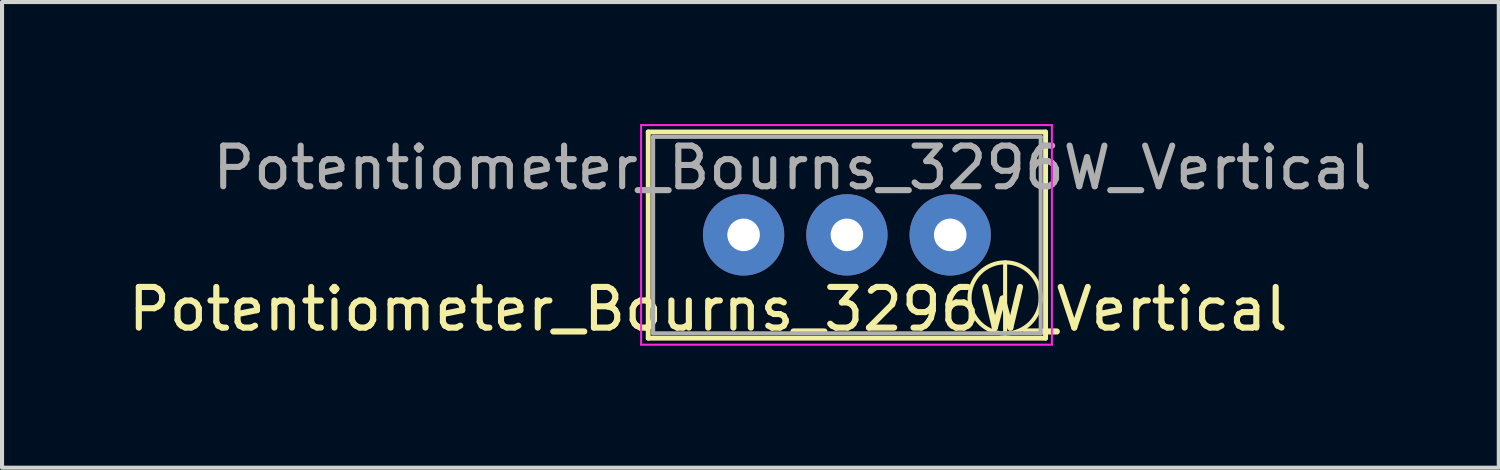
<source format=kicad_pcb>
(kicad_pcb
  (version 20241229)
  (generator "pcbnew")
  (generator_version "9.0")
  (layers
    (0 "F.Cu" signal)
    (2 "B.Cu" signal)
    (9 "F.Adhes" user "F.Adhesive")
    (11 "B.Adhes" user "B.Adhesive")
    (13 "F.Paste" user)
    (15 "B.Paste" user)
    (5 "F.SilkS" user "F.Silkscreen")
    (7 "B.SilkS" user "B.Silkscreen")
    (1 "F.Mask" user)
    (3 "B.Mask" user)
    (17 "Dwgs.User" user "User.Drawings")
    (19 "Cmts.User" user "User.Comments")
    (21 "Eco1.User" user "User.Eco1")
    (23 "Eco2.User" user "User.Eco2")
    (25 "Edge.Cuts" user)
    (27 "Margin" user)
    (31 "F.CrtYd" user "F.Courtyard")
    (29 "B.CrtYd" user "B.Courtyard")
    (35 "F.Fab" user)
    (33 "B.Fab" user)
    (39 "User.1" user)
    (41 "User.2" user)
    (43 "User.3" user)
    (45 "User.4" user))
  (footprint "Potentiometer_Bourns_3296W_Vertical"
    (layer "F.Cu")
    (at 20.313 2.725)
    (property "Reference" "Potentiometer_Bourns_3296W_Vertical" (at -5.95 1.825 0) (layer "F.SilkS") (effects (font (size 1 1) (thickness 0.15))))
    (attr through_hole)
    (fp_line (start -7.425 -2.53) (end -7.425 2.54) (stroke (width 0.12) (type solid)) (layer "F.SilkS"))
    (fp_line (start -7.425 -2.53) (end 2.345 -2.53) (stroke (width 0.12) (type solid)) (layer "F.SilkS"))
    (fp_line (start -7.425 2.54) (end 2.345 2.54) (stroke (width 0.12) (type solid)) (layer "F.SilkS"))
    (fp_line (start 1.35 2.425) (end 1.35 0.675) (stroke (width 0.1) (type solid)) (layer "F.SilkS"))
    (fp_line (start 2.345 -2.53) (end 2.345 2.54) (stroke (width 0.12) (type solid)) (layer "F.SilkS"))
    (fp_circle (center 1.35 1.55) (end 2.225 1.55) (stroke (width 0.1) (type solid)) (fill no) (layer "F.SilkS"))
    (fp_line (start -7.6 -2.7) (end -7.6 2.7) (stroke (width 0.05) (type solid)) (layer "F.CrtYd"))
    (fp_line (start -7.6 2.7) (end 2.5 2.7) (stroke (width 0.05) (type solid)) (layer "F.CrtYd"))
    (fp_line (start 2.5 -2.7) (end -7.6 -2.7) (stroke (width 0.05) (type solid)) (layer "F.CrtYd"))
    (fp_line (start 2.5 2.7) (end 2.5 -2.7) (stroke (width 0.05) (type solid)) (layer "F.CrtYd"))
    (fp_line (start -7.305 -2.41) (end -7.305 2.42) (stroke (width 0.1) (type solid)) (layer "F.Fab"))
    (fp_line (start -7.305 2.42) (end 2.225 2.42) (stroke (width 0.1) (type solid)) (layer "F.Fab"))
    (fp_line (start 2.225 -2.41) (end -7.305 -2.41) (stroke (width 0.1) (type solid)) (layer "F.Fab"))
    (fp_line (start 2.225 2.42) (end 2.225 -2.41) (stroke (width 0.1) (type solid)) (layer "F.Fab"))
    (fp_text user "${REFERENCE}" (at -3.875 -1.65 0) (layer "F.Fab") (effects (font (size 1 1) (thickness 0.15))))
    (pad "1" thru_hole circle (at 0 0) (size 2 2) (drill 0.8) (layers "*.Cu" "*.Mask"))
    (pad "2" thru_hole circle (at -2.54 0) (size 2 2) (drill 0.8) (layers "*.Cu" "*.Mask"))
    (pad "3" thru_hole circle (at -5.08 0) (size 2 2) (drill 0.8) (layers "*.Cu" "*.Mask")))
  (gr_rect
    (start -3 -3)
    (end 33.801 8.45)
    (stroke (width 0.1) (type default))
    (fill no)
    (layer "Edge.Cuts")))
</source>
